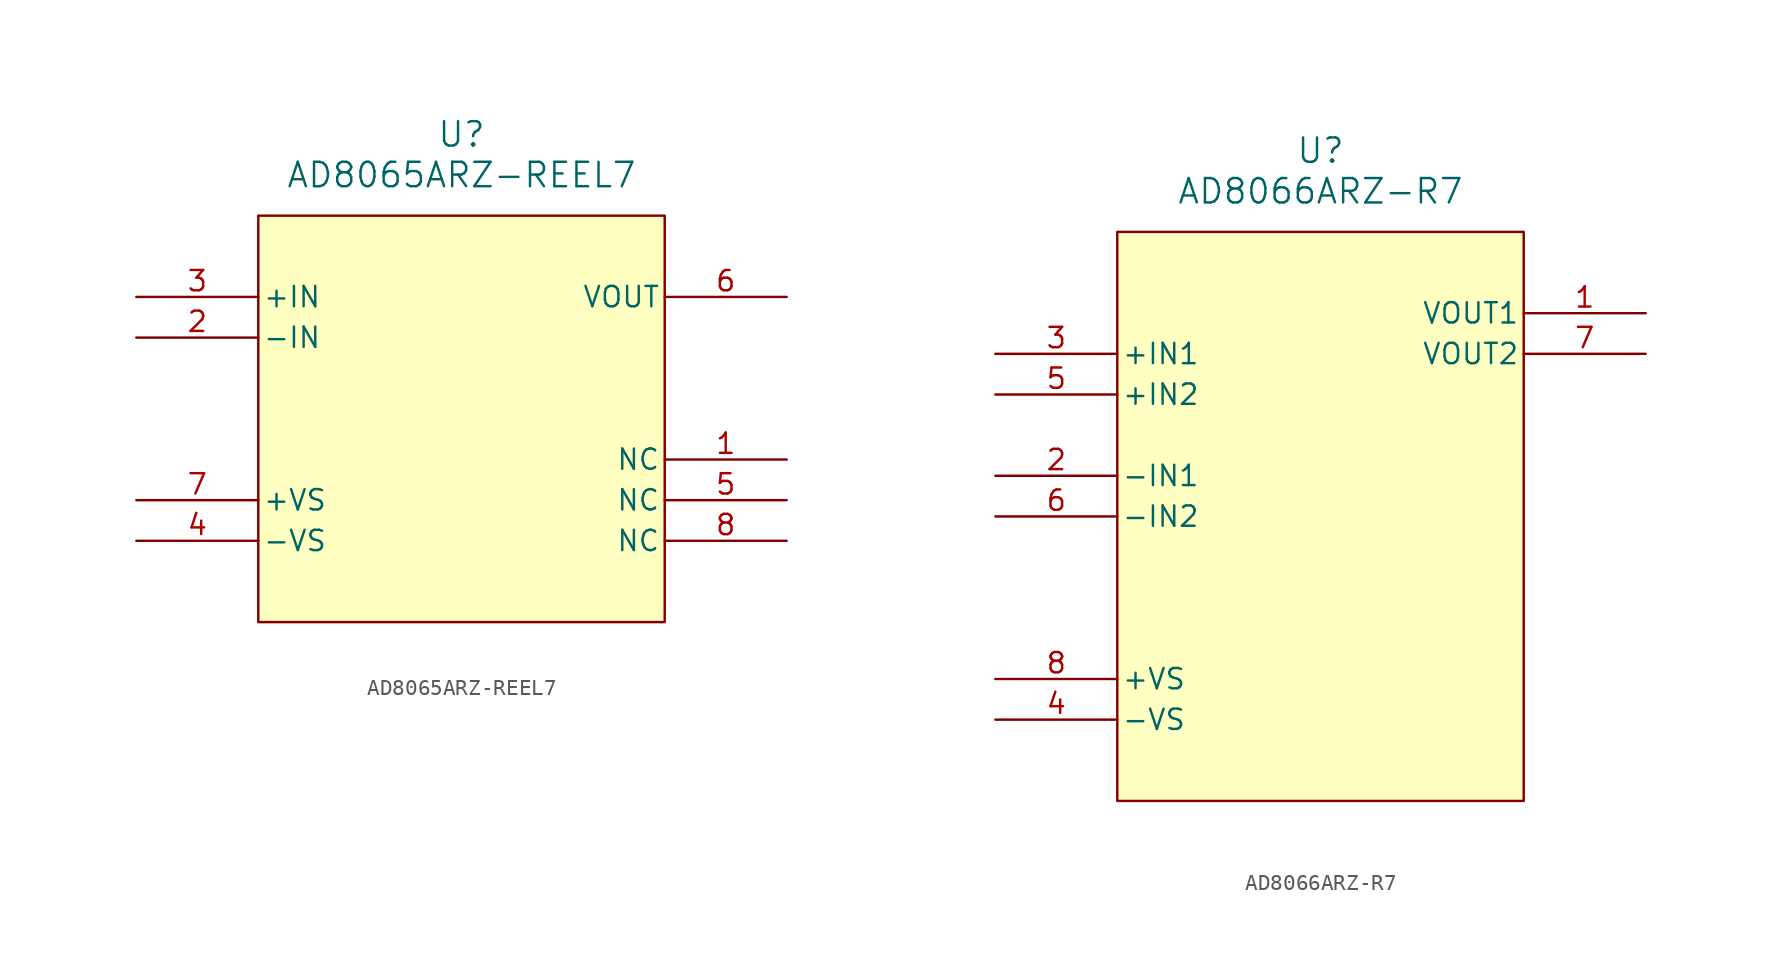
<source format=kicad_sym>
(kicad_symbol_lib
  (version 20231120)
  (generator "kicad_symbol_editor")
  (generator_version "8.0")
  (symbol "AD8065ARZ-REEL7"
    (pin_names
      (offset 0.254))
    (property "Reference" "U"
      (at 20.32 10.16 0)
      (effects (font (size 1.524 1.524))))
    (property "Value" "AD8065ARZ-REEL7"
      (at 20.32 7.62 0)
      (effects (font (size 1.524 1.524))))
    (property "ki_locked" ""
      (at 0 0 0)
      (effects (font (size 1.27 1.27))))
    (symbol "AD8065ARZ-REEL7_0_1"
      (pin unspecified line (at 40.64 -10.16 180) (length 7.62) (name "NC" (effects (font (size 1.27 1.27)))) (number "1" (effects (font (size 1.27 1.27)))))
      (pin unspecified line (at 0 -2.54 0) (length 7.62) (name "-IN" (effects (font (size 1.27 1.27)))) (number "2" (effects (font (size 1.27 1.27)))))
      (pin unspecified line (at 0 0 0) (length 7.62) (name "+IN" (effects (font (size 1.27 1.27)))) (number "3" (effects (font (size 1.27 1.27)))))
      (pin power_in line (at 0 -15.24 0) (length 7.62) (name "-VS" (effects (font (size 1.27 1.27)))) (number "4" (effects (font (size 1.27 1.27)))))
      (pin unspecified line (at 40.64 -12.7 180) (length 7.62) (name "NC" (effects (font (size 1.27 1.27)))) (number "5" (effects (font (size 1.27 1.27)))))
      (pin unspecified line (at 40.64 0 180) (length 7.62) (name "VOUT" (effects (font (size 1.27 1.27)))) (number "6" (effects (font (size 1.27 1.27)))))
      (pin power_in line (at 0 -12.7 0) (length 7.62) (name "+VS" (effects (font (size 1.27 1.27)))) (number "7" (effects (font (size 1.27 1.27)))))
      (pin unspecified line (at 40.64 -15.24 180) (length 7.62) (name "NC" (effects (font (size 1.27 1.27)))) (number "8" (effects (font (size 1.27 1.27))))))
    (symbol "AD8065ARZ-REEL7_1_1"
      (rectangle (start 7.62 5.08) (end 33.02 -20.32) (stroke (width 0) (type default)) (fill (type background)))))
  (symbol "AD8066ARZ-R7"
    (pin_names
      (offset 0.254))
    (property "Reference" "U"
      (at 20.32 12.7 0)
      (effects (font (size 1.524 1.524))))
    (property "Value" "AD8066ARZ-R7"
      (at 20.32 10.16 0)
      (effects (font (size 1.524 1.524))))
    (property "ki_locked" ""
      (at 0 0 0)
      (effects (font (size 1.27 1.27))))
    (symbol "AD8066ARZ-R7_0_1"
      (pin unspecified line (at 40.64 2.54 180) (length 7.62) (name "VOUT1" (effects (font (size 1.27 1.27)))) (number "1" (effects (font (size 1.27 1.27)))))
      (pin unspecified line (at 0 -7.62 0) (length 7.62) (name "-IN1" (effects (font (size 1.27 1.27)))) (number "2" (effects (font (size 1.27 1.27)))))
      (pin unspecified line (at 0 0 0) (length 7.62) (name "+IN1" (effects (font (size 1.27 1.27)))) (number "3" (effects (font (size 1.27 1.27)))))
      (pin power_in line (at 0 -22.86 0) (length 7.62) (name "-VS" (effects (font (size 1.27 1.27)))) (number "4" (effects (font (size 1.27 1.27)))))
      (pin unspecified line (at 0 -2.54 0) (length 7.62) (name "+IN2" (effects (font (size 1.27 1.27)))) (number "5" (effects (font (size 1.27 1.27)))))
      (pin unspecified line (at 0 -10.16 0) (length 7.62) (name "-IN2" (effects (font (size 1.27 1.27)))) (number "6" (effects (font (size 1.27 1.27)))))
      (pin unspecified line (at 40.64 0 180) (length 7.62) (name "VOUT2" (effects (font (size 1.27 1.27)))) (number "7" (effects (font (size 1.27 1.27)))))
      (pin power_in line (at 0 -20.32 0) (length 7.62) (name "+VS" (effects (font (size 1.27 1.27)))) (number "8" (effects (font (size 1.27 1.27))))))
    (symbol "AD8066ARZ-R7_1_1"
      (rectangle (start 7.62 7.62) (end 33.02 -27.94) (stroke (width 0) (type default)) (fill (type background))))))
</source>
